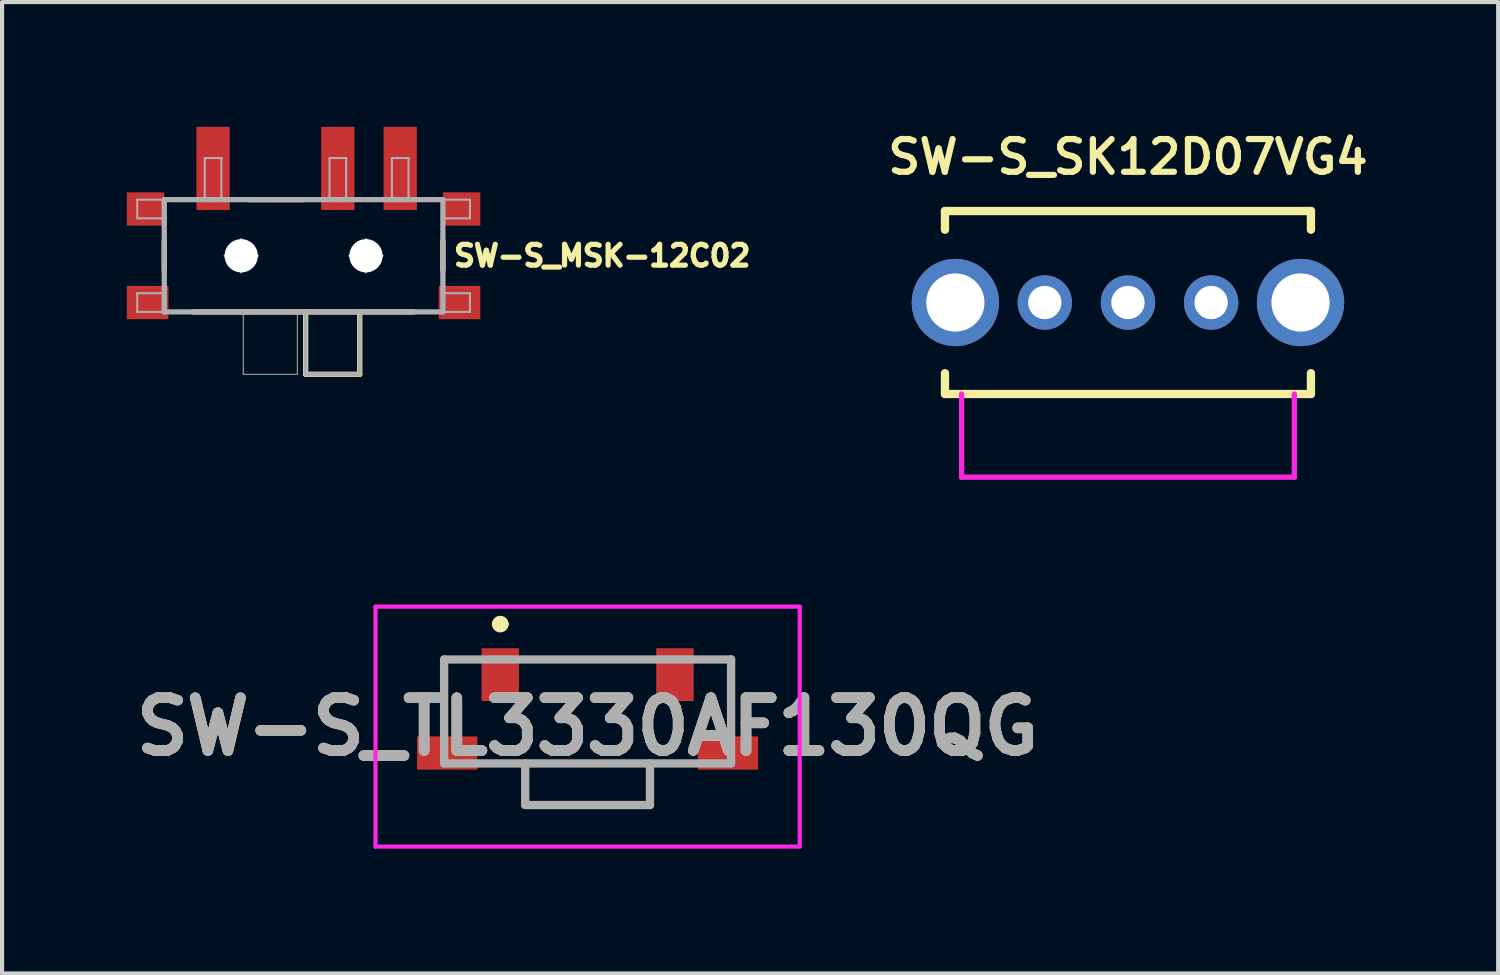
<source format=kicad_pcb>
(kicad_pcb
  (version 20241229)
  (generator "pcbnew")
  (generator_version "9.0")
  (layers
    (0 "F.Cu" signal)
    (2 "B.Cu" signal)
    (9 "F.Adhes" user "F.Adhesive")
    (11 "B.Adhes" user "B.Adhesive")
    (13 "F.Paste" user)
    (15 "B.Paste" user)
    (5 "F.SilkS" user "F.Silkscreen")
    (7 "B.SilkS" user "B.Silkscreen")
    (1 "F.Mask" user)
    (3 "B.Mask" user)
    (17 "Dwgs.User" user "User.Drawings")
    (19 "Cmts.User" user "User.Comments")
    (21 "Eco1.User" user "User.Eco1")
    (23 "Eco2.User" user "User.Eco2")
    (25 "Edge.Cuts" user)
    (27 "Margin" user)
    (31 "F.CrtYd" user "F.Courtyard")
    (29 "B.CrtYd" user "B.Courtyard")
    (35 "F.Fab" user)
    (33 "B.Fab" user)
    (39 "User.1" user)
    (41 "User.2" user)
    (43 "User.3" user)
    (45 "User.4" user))
  (footprint "SW-S_SK12D07VG4"
    (layer "F.Cu")
    (at 24.072 4.224)
    (property "Reference" "SW-S_SK12D07VG4" (at 0 -3.5 0) (layer "F.SilkS") (effects (font (size 0.787 0.787) (thickness 0.15))))
    (attr through_hole)
    (fp_line (start -4.4 -2.2) (end 4.4 -2.2) (stroke (width 0.2) (type solid)) (layer "F.SilkS"))
    (fp_line (start -4.4 -1.75) (end -4.4 -2.2) (stroke (width 0.2) (type solid)) (layer "F.SilkS"))
    (fp_line (start -4.4 2.2) (end -4.4 1.7) (stroke (width 0.2) (type solid)) (layer "F.SilkS"))
    (fp_line (start 4.4 -2.2) (end 4.4 -1.75) (stroke (width 0.2) (type solid)) (layer "F.SilkS"))
    (fp_line (start 4.4 2.2) (end -4.4 2.2) (stroke (width 0.2) (type solid)) (layer "F.SilkS"))
    (fp_line (start 4.4 2.2) (end 4.4 1.7) (stroke (width 0.2) (type solid)) (layer "F.SilkS"))
    (fp_line (start -4 2.2) (end -4 4.2) (stroke (width 0.127) (type solid)) (layer "F.CrtYd"))
    (fp_line (start -4 4.2) (end 4 4.2) (stroke (width 0.127) (type solid)) (layer "F.CrtYd"))
    (fp_line (start 4 4.2) (end 4 2.2) (stroke (width 0.127) (type solid)) (layer "F.CrtYd"))
    (pad "1" thru_hole circle (at -2 0) (size 1.308 1.308) (drill 0.8) (layers "*.Cu" "*.Mask"))
    (pad "2" thru_hole circle (at 2 0) (size 1.308 1.308) (drill 0.8) (layers "*.Cu" "*.Mask"))
    (pad "COM" thru_hole circle (at 0 0) (size 1.308 1.308) (drill 0.8) (layers "*.Cu" "*.Mask"))
    (pad "M1" thru_hole circle (at -4.15 0) (size 2.1 2.1) (drill 1.4) (layers "*.Cu" "*.Mask"))
    (pad "M2" thru_hole circle (at 4.15 0) (size 2.1 2.1) (drill 1.4) (layers "*.Cu" "*.Mask")))
  (footprint "SW-S_MSK-12C02"
    (layer "F.Cu")
    (at 4.1 3.1)
    (property "Reference" "SW-S_MSK-12C02" (at 3.7 0 0) (unlocked yes) (layer "F.SilkS") (effects (font (size 0.5 0.5) (thickness 0.125) (bold yes)) (justify left)))
    (fp_line (start -3.2 -0.35) (end -3.2 0.35) (stroke (width 0.127) (type solid)) (layer "F.SilkS"))
    (fp_line (start -2.5 1.35) (end 0.2 1.35) (stroke (width 0.127) (type solid)) (layer "F.SilkS"))
    (fp_line (start -1.15 -1.35) (end 0.15 -1.35) (stroke (width 0.127) (type solid)) (layer "F.SilkS"))
    (fp_line (start 0.2 1.35) (end 1.5 1.35) (stroke (width 0.127) (type solid)) (layer "F.SilkS"))
    (fp_line (start 0.2 2.85) (end 0.2 1.35) (stroke (width 0.127) (type solid)) (layer "F.SilkS"))
    (fp_line (start 0.2 2.85) (end 1.5 2.85) (stroke (width 0.127) (type solid)) (layer "F.SilkS"))
    (fp_line (start 1.5 1.35) (end 2.8 1.35) (stroke (width 0.127) (type solid)) (layer "F.SilkS"))
    (fp_line (start 1.5 2.85) (end 1.5 1.35) (stroke (width 0.127) (type solid)) (layer "F.SilkS"))
    (fp_line (start 3.5 0.35) (end 3.5 -0.35) (stroke (width 0.127) (type solid)) (layer "F.SilkS"))
    (fp_line (start -3.85 -1.35) (end -3.85 -0.9) (stroke (width 0.05) (type solid)) (layer "F.Fab"))
    (fp_line (start -3.85 -0.9) (end -3.2 -0.9) (stroke (width 0.05) (type solid)) (layer "F.Fab"))
    (fp_line (start -3.85 0.9) (end -3.85 1.35) (stroke (width 0.05) (type solid)) (layer "F.Fab"))
    (fp_line (start -3.85 0.9) (end -3.25 0.9) (stroke (width 0.05) (type solid)) (layer "F.Fab"))
    (fp_line (start -3.85 1.35) (end -3.25 1.35) (stroke (width 0.05) (type solid)) (layer "F.Fab"))
    (fp_line (start -3.2 -1.35) (end -3.85 -1.35) (stroke (width 0.05) (type solid)) (layer "F.Fab"))
    (fp_line (start -3.2 -1.35) (end -2.227 -1.35) (stroke (width 0.127) (type solid)) (layer "F.Fab"))
    (fp_line (start -3.2 -0.9) (end -3.2 -1.35) (stroke (width 0.127) (type solid)) (layer "F.Fab"))
    (fp_line (start -3.2 1.35) (end -3.2 -0.9) (stroke (width 0.127) (type solid)) (layer "F.Fab"))
    (fp_line (start -2.227 -2.35) (end -1.827 -2.35) (stroke (width 0.05) (type solid)) (layer "F.Fab"))
    (fp_line (start -2.227 -1.35) (end -2.227 -2.35) (stroke (width 0.05) (type solid)) (layer "F.Fab"))
    (fp_line (start -1.827 -2.35) (end -1.827 -1.35) (stroke (width 0.05) (type solid)) (layer "F.Fab"))
    (fp_line (start -1.827 -1.35) (end -2.227 -1.35) (stroke (width 0.127) (type solid)) (layer "F.Fab"))
    (fp_line (start -1.827 -1.35) (end 0.773 -1.35) (stroke (width 0.127) (type solid)) (layer "F.Fab"))
    (fp_line (start -1.75 0) (end -1.35 0) (stroke (width 0.05) (type solid)) (layer "F.Fab"))
    (fp_line (start -1.35 0) (end -1.35 -0.4) (stroke (width 0.05) (type solid)) (layer "F.Fab"))
    (fp_line (start -1.35 0) (end -1.35 0.4) (stroke (width 0.05) (type solid)) (layer "F.Fab"))
    (fp_line (start -1.35 0) (end -0.95 0) (stroke (width 0.05) (type solid)) (layer "F.Fab"))
    (fp_line (start -1.3 1.35) (end -3.2 1.35) (stroke (width 0.127) (type solid)) (layer "F.Fab"))
    (fp_line (start -1.3 1.35) (end -1.3 2.85) (stroke (width 0.025) (type solid)) (layer "F.Fab"))
    (fp_line (start -1.3 2.85) (end 0 2.85) (stroke (width 0.025) (type solid)) (layer "F.Fab"))
    (fp_line (start 0 1.35) (end -1.3 1.35) (stroke (width 0.127) (type solid)) (layer "F.Fab"))
    (fp_line (start 0 2.85) (end 0 1.35) (stroke (width 0.025) (type solid)) (layer "F.Fab"))
    (fp_line (start 0.2 1.35) (end 0.2 2.85) (stroke (width 0.1) (type solid)) (layer "F.Fab"))
    (fp_line (start 0.2 2.85) (end 1.5 2.85) (stroke (width 0.1) (type solid)) (layer "F.Fab"))
    (fp_line (start 0.773 -2.35) (end 1.173 -2.35) (stroke (width 0.05) (type solid)) (layer "F.Fab"))
    (fp_line (start 0.773 -1.35) (end 0.773 -2.35) (stroke (width 0.05) (type solid)) (layer "F.Fab"))
    (fp_line (start 1.173 -2.35) (end 1.173 -1.35) (stroke (width 0.05) (type solid)) (layer "F.Fab"))
    (fp_line (start 1.173 -1.35) (end 0.773 -1.35) (stroke (width 0.127) (type solid)) (layer "F.Fab"))
    (fp_line (start 1.5 2.85) (end 1.5 1.35) (stroke (width 0.1) (type solid)) (layer "F.Fab"))
    (fp_line (start 1.65 0) (end 1.25 0) (stroke (width 0.05) (type solid)) (layer "F.Fab"))
    (fp_line (start 1.65 0) (end 1.65 -0.4) (stroke (width 0.05) (type solid)) (layer "F.Fab"))
    (fp_line (start 1.65 0) (end 1.65 0.4) (stroke (width 0.05) (type solid)) (layer "F.Fab"))
    (fp_line (start 2.05 0) (end 1.65 0) (stroke (width 0.05) (type solid)) (layer "F.Fab"))
    (fp_line (start 2.273 -2.35) (end 2.673 -2.35) (stroke (width 0.05) (type solid)) (layer "F.Fab"))
    (fp_line (start 2.273 -1.35) (end 1.173 -1.35) (stroke (width 0.127) (type solid)) (layer "F.Fab"))
    (fp_line (start 2.273 -1.35) (end 2.273 -2.35) (stroke (width 0.05) (type solid)) (layer "F.Fab"))
    (fp_line (start 2.673 -2.35) (end 2.673 -1.35) (stroke (width 0.05) (type solid)) (layer "F.Fab"))
    (fp_line (start 2.673 -1.35) (end 2.273 -1.35) (stroke (width 0.127) (type solid)) (layer "F.Fab"))
    (fp_line (start 2.673 -1.35) (end 3.5 -1.35) (stroke (width 0.127) (type solid)) (layer "F.Fab"))
    (fp_line (start 3.5 -1.35) (end 3.5 1.35) (stroke (width 0.127) (type solid)) (layer "F.Fab"))
    (fp_line (start 3.5 1.35) (end 0 1.35) (stroke (width 0.127) (type solid)) (layer "F.Fab"))
    (fp_line (start 3.55 0.9) (end 4.15 0.9) (stroke (width 0.05) (type solid)) (layer "F.Fab"))
    (fp_line (start 4.15 -1.35) (end 3.55 -1.35) (stroke (width 0.05) (type solid)) (layer "F.Fab"))
    (fp_line (start 4.15 -1.35) (end 4.15 -0.9) (stroke (width 0.05) (type solid)) (layer "F.Fab"))
    (fp_line (start 4.15 -0.9) (end 3.55 -0.9) (stroke (width 0.05) (type solid)) (layer "F.Fab"))
    (fp_line (start 4.15 0.9) (end 4.15 1.35) (stroke (width 0.05) (type solid)) (layer "F.Fab"))
    (fp_line (start 4.15 1.35) (end 3.55 1.35) (stroke (width 0.05) (type solid)) (layer "F.Fab"))
    (pad "" np_thru_hole circle (at -1.35 0) (size 0.8 0.8) (drill 0.8) (layers "*.Cu" "*.Mask"))
    (pad "" np_thru_hole circle (at 1.65 0) (size 0.8 0.8) (drill 0.8) (layers "*.Cu" "*.Mask"))
    (pad "1" smd rect (at 2.473 -2.1 180) (size 0.8 2) (layers "F.Cu" "F.Mask" "F.Paste"))
    (pad "2" smd rect (at -2.027 -2.1 180) (size 0.8 2) (layers "F.Cu" "F.Mask" "F.Paste"))
    (pad "COM" smd rect (at 0.973 -2.1 180) (size 0.8 2) (layers "F.Cu" "F.Mask" "F.Paste"))
    (pad "GND" smd rect (at -3.65 -1.125 180) (size 0.9 0.8) (layers "F.Cu" "F.Mask" "F.Paste"))
    (pad "GND" smd rect (at -3.6 1.125 180) (size 1 0.8) (layers "F.Cu" "F.Mask" "F.Paste"))
    (pad "GND" smd rect (at 3.9 1.125 180) (size 1 0.8) (layers "F.Cu" "F.Mask" "F.Paste"))
    (pad "GND" smd rect (at 3.95 -1.125 180) (size 0.9 0.8) (layers "F.Cu" "F.Mask" "F.Paste")))
  (footprint "SW-S_TL3330AF130QG"
    (layer "F.Cu")
    (at 11.079 14.557)
    (property "Reference" "SW-S_TL3330AF130QG" (at 0 -0.135 0) (layer "F.SilkS") (effects (font (size 1.27 1.27) (thickness 0.254))))
    (attr smd)
    (fp_line (start -3.45 -1.75) (end -3.45 -0.3) (stroke (width 0.1) (type solid)) (layer "F.SilkS"))
    (fp_line (start -3 -1.75) (end -3.45 -1.75) (stroke (width 0.1) (type solid)) (layer "F.SilkS"))
    (fp_line (start -2.4 0.75) (end 2.4 0.75) (stroke (width 0.1) (type solid)) (layer "F.SilkS"))
    (fp_line (start -2.2 -2.6) (end -2.2 -2.6) (stroke (width 0.2) (type solid)) (layer "F.SilkS"))
    (fp_line (start -2 -2.6) (end -2 -2.6) (stroke (width 0.2) (type solid)) (layer "F.SilkS"))
    (fp_line (start -1.2 -1.75) (end 1.2 -1.75) (stroke (width 0.1) (type solid)) (layer "F.SilkS"))
    (fp_line (start 3 -1.75) (end 3.45 -1.75) (stroke (width 0.1) (type solid)) (layer "F.SilkS"))
    (fp_line (start 3.45 -1.75) (end 3.45 -0.3) (stroke (width 0.1) (type solid)) (layer "F.SilkS"))
    (fp_arc (start -2.2 -2.6) (mid -2.1 -2.7) (end -2 -2.6) (stroke (width 0.2) (type solid)) (layer "F.SilkS"))
    (fp_arc (start -2 -2.6) (mid -2.1 -2.5) (end -2.2 -2.6) (stroke (width 0.2) (type solid)) (layer "F.SilkS"))
    (fp_line (start -5.1 -3.02) (end 5.1 -3.02) (stroke (width 0.1) (type solid)) (layer "F.CrtYd"))
    (fp_line (start -5.1 2.75) (end -5.1 -3.02) (stroke (width 0.1) (type solid)) (layer "F.CrtYd"))
    (fp_line (start 5.1 -3.02) (end 5.1 2.75) (stroke (width 0.1) (type solid)) (layer "F.CrtYd"))
    (fp_line (start 5.1 2.75) (end -5.1 2.75) (stroke (width 0.1) (type solid)) (layer "F.CrtYd"))
    (fp_line (start -3.45 -1.75) (end 3.45 -1.75) (stroke (width 0.2) (type solid)) (layer "F.Fab"))
    (fp_line (start -3.45 0.75) (end -3.45 -1.75) (stroke (width 0.2) (type solid)) (layer "F.Fab"))
    (fp_line (start -1.5 0.75) (end -1.5 1.75) (stroke (width 0.2) (type solid)) (layer "F.Fab"))
    (fp_line (start -1.5 1.75) (end 1.5 1.75) (stroke (width 0.2) (type solid)) (layer "F.Fab"))
    (fp_line (start 1.5 1.75) (end 1.5 0.75) (stroke (width 0.2) (type solid)) (layer "F.Fab"))
    (fp_line (start 3.45 -1.75) (end 3.45 0.75) (stroke (width 0.2) (type solid)) (layer "F.Fab"))
    (fp_line (start 3.45 0.75) (end -3.45 0.75) (stroke (width 0.2) (type solid)) (layer "F.Fab"))
    (fp_text user "${REFERENCE}" (at 0 -0.135 0) (layer "F.Fab") (effects (font (size 1.27 1.27) (thickness 0.254))))
    (pad "1" smd rect (at -2.1 -1.385) (size 0.9 1.27) (layers "F.Cu" "F.Mask" "F.Paste"))
    (pad "2" smd rect (at 2.1 -1.385) (size 0.9 1.27) (layers "F.Cu" "F.Mask" "F.Paste"))
    (pad "3" smd rect (at -3.375 0.5 90) (size 0.8 1.45) (layers "F.Cu" "F.Mask" "F.Paste"))
    (pad "4" smd rect (at 3.375 0.5 90) (size 0.8 1.45) (layers "F.Cu" "F.Mask" "F.Paste")))
  (gr_rect
    (start -3 -3)
    (end 32.974 20.357)
    (stroke (width 0.1) (type default))
    (fill no)
    (layer "Edge.Cuts")))
</source>
